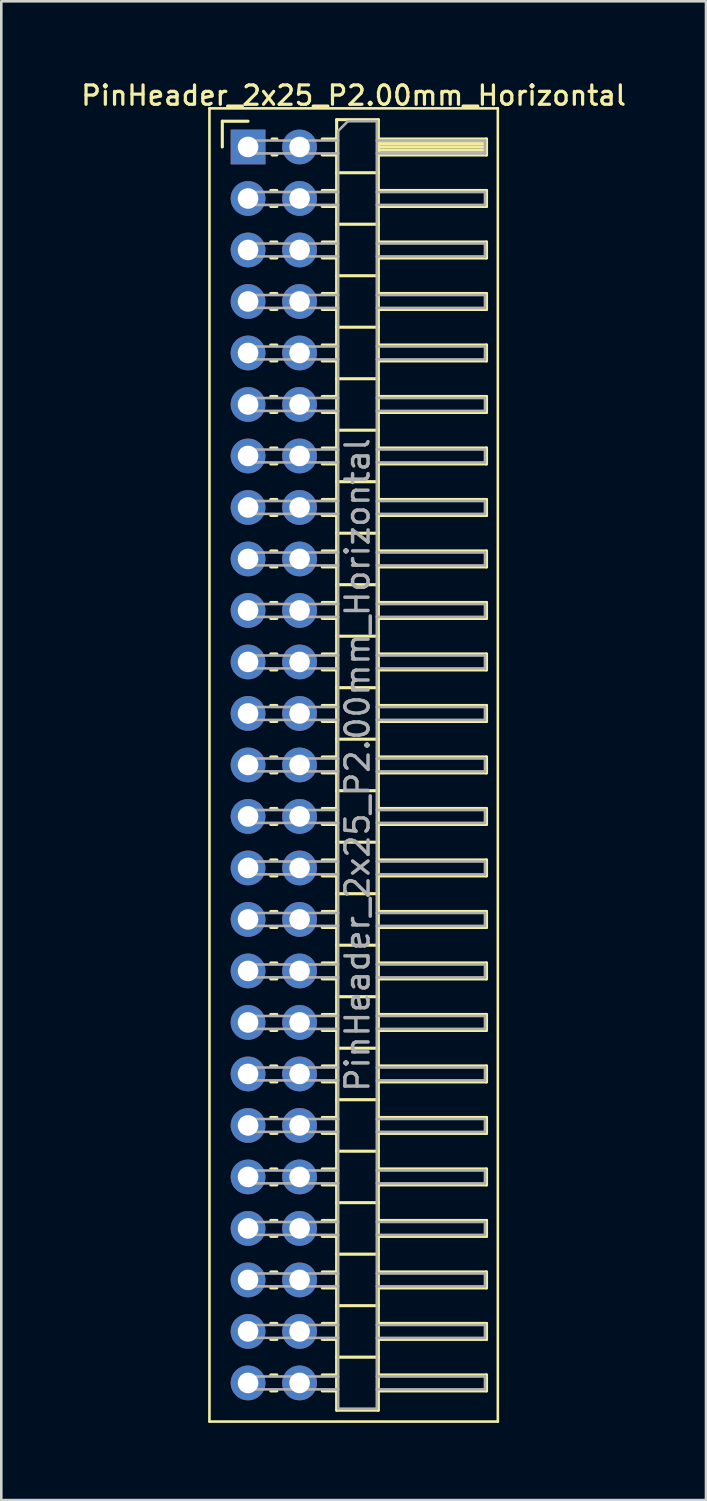
<source format=kicad_pcb>
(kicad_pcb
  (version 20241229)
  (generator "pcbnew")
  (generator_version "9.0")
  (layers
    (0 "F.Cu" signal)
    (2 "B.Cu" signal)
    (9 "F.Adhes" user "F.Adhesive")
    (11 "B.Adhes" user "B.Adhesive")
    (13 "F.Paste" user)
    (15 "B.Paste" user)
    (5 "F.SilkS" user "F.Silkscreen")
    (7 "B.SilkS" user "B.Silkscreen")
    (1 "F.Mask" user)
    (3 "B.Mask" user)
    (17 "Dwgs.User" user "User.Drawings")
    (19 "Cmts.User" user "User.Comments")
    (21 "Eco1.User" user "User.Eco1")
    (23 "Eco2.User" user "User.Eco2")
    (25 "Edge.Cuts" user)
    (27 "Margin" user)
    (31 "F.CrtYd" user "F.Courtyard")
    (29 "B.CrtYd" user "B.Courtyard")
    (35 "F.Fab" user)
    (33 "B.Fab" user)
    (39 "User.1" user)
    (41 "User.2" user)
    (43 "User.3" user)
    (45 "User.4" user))
  (footprint "PinHeader_2x25_P2.00mm_Horizontal"
    (layer "F.Cu")
    (at 6.584 2.658)
    (property "Reference" "PinHeader_2x25_P2.00mm_Horizontal" (at 4.1 -2 0) (layer "F.SilkS") (effects (font (size 0.75 0.75) (thickness 0.125))))
    (attr through_hole)
    (fp_line (start -1.5 -1.5) (end -1.5 49.5) (stroke (width 0.1) (type solid)) (layer "F.SilkS"))
    (fp_line (start -1.5 49.5) (end 9.7 49.5) (stroke (width 0.1) (type solid)) (layer "F.SilkS"))
    (fp_line (start -1 -1) (end 0 -1) (stroke (width 0.12) (type solid)) (layer "F.SilkS"))
    (fp_line (start -1 0) (end -1 -1) (stroke (width 0.12) (type solid)) (layer "F.SilkS"))
    (fp_line (start 0.882 1.69) (end 1.118 1.69) (stroke (width 0.12) (type solid)) (layer "F.SilkS"))
    (fp_line (start 0.882 2.31) (end 1.118 2.31) (stroke (width 0.12) (type solid)) (layer "F.SilkS"))
    (fp_line (start 0.882 3.69) (end 1.118 3.69) (stroke (width 0.12) (type solid)) (layer "F.SilkS"))
    (fp_line (start 0.882 4.31) (end 1.118 4.31) (stroke (width 0.12) (type solid)) (layer "F.SilkS"))
    (fp_line (start 0.882 5.69) (end 1.118 5.69) (stroke (width 0.12) (type solid)) (layer "F.SilkS"))
    (fp_line (start 0.882 6.31) (end 1.118 6.31) (stroke (width 0.12) (type solid)) (layer "F.SilkS"))
    (fp_line (start 0.882 7.69) (end 1.118 7.69) (stroke (width 0.12) (type solid)) (layer "F.SilkS"))
    (fp_line (start 0.882 8.31) (end 1.118 8.31) (stroke (width 0.12) (type solid)) (layer "F.SilkS"))
    (fp_line (start 0.882 9.69) (end 1.118 9.69) (stroke (width 0.12) (type solid)) (layer "F.SilkS"))
    (fp_line (start 0.882 10.31) (end 1.118 10.31) (stroke (width 0.12) (type solid)) (layer "F.SilkS"))
    (fp_line (start 0.882 11.69) (end 1.118 11.69) (stroke (width 0.12) (type solid)) (layer "F.SilkS"))
    (fp_line (start 0.882 12.31) (end 1.118 12.31) (stroke (width 0.12) (type solid)) (layer "F.SilkS"))
    (fp_line (start 0.882 13.69) (end 1.118 13.69) (stroke (width 0.12) (type solid)) (layer "F.SilkS"))
    (fp_line (start 0.882 14.31) (end 1.118 14.31) (stroke (width 0.12) (type solid)) (layer "F.SilkS"))
    (fp_line (start 0.882 15.69) (end 1.118 15.69) (stroke (width 0.12) (type solid)) (layer "F.SilkS"))
    (fp_line (start 0.882 16.31) (end 1.118 16.31) (stroke (width 0.12) (type solid)) (layer "F.SilkS"))
    (fp_line (start 0.882 17.69) (end 1.118 17.69) (stroke (width 0.12) (type solid)) (layer "F.SilkS"))
    (fp_line (start 0.882 18.31) (end 1.118 18.31) (stroke (width 0.12) (type solid)) (layer "F.SilkS"))
    (fp_line (start 0.882 19.69) (end 1.118 19.69) (stroke (width 0.12) (type solid)) (layer "F.SilkS"))
    (fp_line (start 0.882 20.31) (end 1.118 20.31) (stroke (width 0.12) (type solid)) (layer "F.SilkS"))
    (fp_line (start 0.882 21.69) (end 1.118 21.69) (stroke (width 0.12) (type solid)) (layer "F.SilkS"))
    (fp_line (start 0.882 22.31) (end 1.118 22.31) (stroke (width 0.12) (type solid)) (layer "F.SilkS"))
    (fp_line (start 0.882 23.69) (end 1.118 23.69) (stroke (width 0.12) (type solid)) (layer "F.SilkS"))
    (fp_line (start 0.882 24.31) (end 1.118 24.31) (stroke (width 0.12) (type solid)) (layer "F.SilkS"))
    (fp_line (start 0.882 25.69) (end 1.118 25.69) (stroke (width 0.12) (type solid)) (layer "F.SilkS"))
    (fp_line (start 0.882 26.31) (end 1.118 26.31) (stroke (width 0.12) (type solid)) (layer "F.SilkS"))
    (fp_line (start 0.882 27.69) (end 1.118 27.69) (stroke (width 0.12) (type solid)) (layer "F.SilkS"))
    (fp_line (start 0.882 28.31) (end 1.118 28.31) (stroke (width 0.12) (type solid)) (layer "F.SilkS"))
    (fp_line (start 0.882 29.69) (end 1.118 29.69) (stroke (width 0.12) (type solid)) (layer "F.SilkS"))
    (fp_line (start 0.882 30.31) (end 1.118 30.31) (stroke (width 0.12) (type solid)) (layer "F.SilkS"))
    (fp_line (start 0.882 31.69) (end 1.118 31.69) (stroke (width 0.12) (type solid)) (layer "F.SilkS"))
    (fp_line (start 0.882 32.31) (end 1.118 32.31) (stroke (width 0.12) (type solid)) (layer "F.SilkS"))
    (fp_line (start 0.882 33.69) (end 1.118 33.69) (stroke (width 0.12) (type solid)) (layer "F.SilkS"))
    (fp_line (start 0.882 34.31) (end 1.118 34.31) (stroke (width 0.12) (type solid)) (layer "F.SilkS"))
    (fp_line (start 0.882 35.69) (end 1.118 35.69) (stroke (width 0.12) (type solid)) (layer "F.SilkS"))
    (fp_line (start 0.882 36.31) (end 1.118 36.31) (stroke (width 0.12) (type solid)) (layer "F.SilkS"))
    (fp_line (start 0.882 37.69) (end 1.118 37.69) (stroke (width 0.12) (type solid)) (layer "F.SilkS"))
    (fp_line (start 0.882 38.31) (end 1.118 38.31) (stroke (width 0.12) (type solid)) (layer "F.SilkS"))
    (fp_line (start 0.882 39.69) (end 1.118 39.69) (stroke (width 0.12) (type solid)) (layer "F.SilkS"))
    (fp_line (start 0.882 40.31) (end 1.118 40.31) (stroke (width 0.12) (type solid)) (layer "F.SilkS"))
    (fp_line (start 0.882 41.69) (end 1.118 41.69) (stroke (width 0.12) (type solid)) (layer "F.SilkS"))
    (fp_line (start 0.882 42.31) (end 1.118 42.31) (stroke (width 0.12) (type solid)) (layer "F.SilkS"))
    (fp_line (start 0.882 43.69) (end 1.118 43.69) (stroke (width 0.12) (type solid)) (layer "F.SilkS"))
    (fp_line (start 0.882 44.31) (end 1.118 44.31) (stroke (width 0.12) (type solid)) (layer "F.SilkS"))
    (fp_line (start 0.882 45.69) (end 1.118 45.69) (stroke (width 0.12) (type solid)) (layer "F.SilkS"))
    (fp_line (start 0.882 46.31) (end 1.118 46.31) (stroke (width 0.12) (type solid)) (layer "F.SilkS"))
    (fp_line (start 0.882 47.69) (end 1.118 47.69) (stroke (width 0.12) (type solid)) (layer "F.SilkS"))
    (fp_line (start 0.882 48.31) (end 1.118 48.31) (stroke (width 0.12) (type solid)) (layer "F.SilkS"))
    (fp_line (start 0.935 -0.31) (end 1.118 -0.31) (stroke (width 0.12) (type solid)) (layer "F.SilkS"))
    (fp_line (start 0.935 0.31) (end 1.118 0.31) (stroke (width 0.12) (type solid)) (layer "F.SilkS"))
    (fp_line (start 2.882 -0.31) (end 3.44 -0.31) (stroke (width 0.12) (type solid)) (layer "F.SilkS"))
    (fp_line (start 2.882 0.31) (end 3.44 0.31) (stroke (width 0.12) (type solid)) (layer "F.SilkS"))
    (fp_line (start 2.882 1.69) (end 3.44 1.69) (stroke (width 0.12) (type solid)) (layer "F.SilkS"))
    (fp_line (start 2.882 2.31) (end 3.44 2.31) (stroke (width 0.12) (type solid)) (layer "F.SilkS"))
    (fp_line (start 2.882 3.69) (end 3.44 3.69) (stroke (width 0.12) (type solid)) (layer "F.SilkS"))
    (fp_line (start 2.882 4.31) (end 3.44 4.31) (stroke (width 0.12) (type solid)) (layer "F.SilkS"))
    (fp_line (start 2.882 5.69) (end 3.44 5.69) (stroke (width 0.12) (type solid)) (layer "F.SilkS"))
    (fp_line (start 2.882 6.31) (end 3.44 6.31) (stroke (width 0.12) (type solid)) (layer "F.SilkS"))
    (fp_line (start 2.882 7.69) (end 3.44 7.69) (stroke (width 0.12) (type solid)) (layer "F.SilkS"))
    (fp_line (start 2.882 8.31) (end 3.44 8.31) (stroke (width 0.12) (type solid)) (layer "F.SilkS"))
    (fp_line (start 2.882 9.69) (end 3.44 9.69) (stroke (width 0.12) (type solid)) (layer "F.SilkS"))
    (fp_line (start 2.882 10.31) (end 3.44 10.31) (stroke (width 0.12) (type solid)) (layer "F.SilkS"))
    (fp_line (start 2.882 11.69) (end 3.44 11.69) (stroke (width 0.12) (type solid)) (layer "F.SilkS"))
    (fp_line (start 2.882 12.31) (end 3.44 12.31) (stroke (width 0.12) (type solid)) (layer "F.SilkS"))
    (fp_line (start 2.882 13.69) (end 3.44 13.69) (stroke (width 0.12) (type solid)) (layer "F.SilkS"))
    (fp_line (start 2.882 14.31) (end 3.44 14.31) (stroke (width 0.12) (type solid)) (layer "F.SilkS"))
    (fp_line (start 2.882 15.69) (end 3.44 15.69) (stroke (width 0.12) (type solid)) (layer "F.SilkS"))
    (fp_line (start 2.882 16.31) (end 3.44 16.31) (stroke (width 0.12) (type solid)) (layer "F.SilkS"))
    (fp_line (start 2.882 17.69) (end 3.44 17.69) (stroke (width 0.12) (type solid)) (layer "F.SilkS"))
    (fp_line (start 2.882 18.31) (end 3.44 18.31) (stroke (width 0.12) (type solid)) (layer "F.SilkS"))
    (fp_line (start 2.882 19.69) (end 3.44 19.69) (stroke (width 0.12) (type solid)) (layer "F.SilkS"))
    (fp_line (start 2.882 20.31) (end 3.44 20.31) (stroke (width 0.12) (type solid)) (layer "F.SilkS"))
    (fp_line (start 2.882 21.69) (end 3.44 21.69) (stroke (width 0.12) (type solid)) (layer "F.SilkS"))
    (fp_line (start 2.882 22.31) (end 3.44 22.31) (stroke (width 0.12) (type solid)) (layer "F.SilkS"))
    (fp_line (start 2.882 23.69) (end 3.44 23.69) (stroke (width 0.12) (type solid)) (layer "F.SilkS"))
    (fp_line (start 2.882 24.31) (end 3.44 24.31) (stroke (width 0.12) (type solid)) (layer "F.SilkS"))
    (fp_line (start 2.882 25.69) (end 3.44 25.69) (stroke (width 0.12) (type solid)) (layer "F.SilkS"))
    (fp_line (start 2.882 26.31) (end 3.44 26.31) (stroke (width 0.12) (type solid)) (layer "F.SilkS"))
    (fp_line (start 2.882 27.69) (end 3.44 27.69) (stroke (width 0.12) (type solid)) (layer "F.SilkS"))
    (fp_line (start 2.882 28.31) (end 3.44 28.31) (stroke (width 0.12) (type solid)) (layer "F.SilkS"))
    (fp_line (start 2.882 29.69) (end 3.44 29.69) (stroke (width 0.12) (type solid)) (layer "F.SilkS"))
    (fp_line (start 2.882 30.31) (end 3.44 30.31) (stroke (width 0.12) (type solid)) (layer "F.SilkS"))
    (fp_line (start 2.882 31.69) (end 3.44 31.69) (stroke (width 0.12) (type solid)) (layer "F.SilkS"))
    (fp_line (start 2.882 32.31) (end 3.44 32.31) (stroke (width 0.12) (type solid)) (layer "F.SilkS"))
    (fp_line (start 2.882 33.69) (end 3.44 33.69) (stroke (width 0.12) (type solid)) (layer "F.SilkS"))
    (fp_line (start 2.882 34.31) (end 3.44 34.31) (stroke (width 0.12) (type solid)) (layer "F.SilkS"))
    (fp_line (start 2.882 35.69) (end 3.44 35.69) (stroke (width 0.12) (type solid)) (layer "F.SilkS"))
    (fp_line (start 2.882 36.31) (end 3.44 36.31) (stroke (width 0.12) (type solid)) (layer "F.SilkS"))
    (fp_line (start 2.882 37.69) (end 3.44 37.69) (stroke (width 0.12) (type solid)) (layer "F.SilkS"))
    (fp_line (start 2.882 38.31) (end 3.44 38.31) (stroke (width 0.12) (type solid)) (layer "F.SilkS"))
    (fp_line (start 2.882 39.69) (end 3.44 39.69) (stroke (width 0.12) (type solid)) (layer "F.SilkS"))
    (fp_line (start 2.882 40.31) (end 3.44 40.31) (stroke (width 0.12) (type solid)) (layer "F.SilkS"))
    (fp_line (start 2.882 41.69) (end 3.44 41.69) (stroke (width 0.12) (type solid)) (layer "F.SilkS"))
    (fp_line (start 2.882 42.31) (end 3.44 42.31) (stroke (width 0.12) (type solid)) (layer "F.SilkS"))
    (fp_line (start 2.882 43.69) (end 3.44 43.69) (stroke (width 0.12) (type solid)) (layer "F.SilkS"))
    (fp_line (start 2.882 44.31) (end 3.44 44.31) (stroke (width 0.12) (type solid)) (layer "F.SilkS"))
    (fp_line (start 2.882 45.69) (end 3.44 45.69) (stroke (width 0.12) (type solid)) (layer "F.SilkS"))
    (fp_line (start 2.882 46.31) (end 3.44 46.31) (stroke (width 0.12) (type solid)) (layer "F.SilkS"))
    (fp_line (start 2.882 47.69) (end 3.44 47.69) (stroke (width 0.12) (type solid)) (layer "F.SilkS"))
    (fp_line (start 2.882 48.31) (end 3.44 48.31) (stroke (width 0.12) (type solid)) (layer "F.SilkS"))
    (fp_line (start 3.44 -1.06) (end 3.44 49.06) (stroke (width 0.12) (type solid)) (layer "F.SilkS"))
    (fp_line (start 3.44 1) (end 5.06 1) (stroke (width 0.12) (type solid)) (layer "F.SilkS"))
    (fp_line (start 3.44 3) (end 5.06 3) (stroke (width 0.12) (type solid)) (layer "F.SilkS"))
    (fp_line (start 3.44 5) (end 5.06 5) (stroke (width 0.12) (type solid)) (layer "F.SilkS"))
    (fp_line (start 3.44 7) (end 5.06 7) (stroke (width 0.12) (type solid)) (layer "F.SilkS"))
    (fp_line (start 3.44 9) (end 5.06 9) (stroke (width 0.12) (type solid)) (layer "F.SilkS"))
    (fp_line (start 3.44 11) (end 5.06 11) (stroke (width 0.12) (type solid)) (layer "F.SilkS"))
    (fp_line (start 3.44 13) (end 5.06 13) (stroke (width 0.12) (type solid)) (layer "F.SilkS"))
    (fp_line (start 3.44 15) (end 5.06 15) (stroke (width 0.12) (type solid)) (layer "F.SilkS"))
    (fp_line (start 3.44 17) (end 5.06 17) (stroke (width 0.12) (type solid)) (layer "F.SilkS"))
    (fp_line (start 3.44 19) (end 5.06 19) (stroke (width 0.12) (type solid)) (layer "F.SilkS"))
    (fp_line (start 3.44 21) (end 5.06 21) (stroke (width 0.12) (type solid)) (layer "F.SilkS"))
    (fp_line (start 3.44 23) (end 5.06 23) (stroke (width 0.12) (type solid)) (layer "F.SilkS"))
    (fp_line (start 3.44 25) (end 5.06 25) (stroke (width 0.12) (type solid)) (layer "F.SilkS"))
    (fp_line (start 3.44 27) (end 5.06 27) (stroke (width 0.12) (type solid)) (layer "F.SilkS"))
    (fp_line (start 3.44 29) (end 5.06 29) (stroke (width 0.12) (type solid)) (layer "F.SilkS"))
    (fp_line (start 3.44 31) (end 5.06 31) (stroke (width 0.12) (type solid)) (layer "F.SilkS"))
    (fp_line (start 3.44 33) (end 5.06 33) (stroke (width 0.12) (type solid)) (layer "F.SilkS"))
    (fp_line (start 3.44 35) (end 5.06 35) (stroke (width 0.12) (type solid)) (layer "F.SilkS"))
    (fp_line (start 3.44 37) (end 5.06 37) (stroke (width 0.12) (type solid)) (layer "F.SilkS"))
    (fp_line (start 3.44 39) (end 5.06 39) (stroke (width 0.12) (type solid)) (layer "F.SilkS"))
    (fp_line (start 3.44 41) (end 5.06 41) (stroke (width 0.12) (type solid)) (layer "F.SilkS"))
    (fp_line (start 3.44 43) (end 5.06 43) (stroke (width 0.12) (type solid)) (layer "F.SilkS"))
    (fp_line (start 3.44 45) (end 5.06 45) (stroke (width 0.12) (type solid)) (layer "F.SilkS"))
    (fp_line (start 3.44 47) (end 5.06 47) (stroke (width 0.12) (type solid)) (layer "F.SilkS"))
    (fp_line (start 3.44 49.06) (end 5.06 49.06) (stroke (width 0.12) (type solid)) (layer "F.SilkS"))
    (fp_line (start 5.06 -1.06) (end 3.44 -1.06) (stroke (width 0.12) (type solid)) (layer "F.SilkS"))
    (fp_line (start 5.06 -0.31) (end 9.26 -0.31) (stroke (width 0.12) (type solid)) (layer "F.SilkS"))
    (fp_line (start 5.06 -0.25) (end 9.26 -0.25) (stroke (width 0.12) (type solid)) (layer "F.SilkS"))
    (fp_line (start 5.06 -0.13) (end 9.26 -0.13) (stroke (width 0.12) (type solid)) (layer "F.SilkS"))
    (fp_line (start 5.06 -0.01) (end 9.26 -0.01) (stroke (width 0.12) (type solid)) (layer "F.SilkS"))
    (fp_line (start 5.06 0.11) (end 9.26 0.11) (stroke (width 0.12) (type solid)) (layer "F.SilkS"))
    (fp_line (start 5.06 0.23) (end 9.26 0.23) (stroke (width 0.12) (type solid)) (layer "F.SilkS"))
    (fp_line (start 5.06 1.69) (end 9.26 1.69) (stroke (width 0.12) (type solid)) (layer "F.SilkS"))
    (fp_line (start 5.06 3.69) (end 9.26 3.69) (stroke (width 0.12) (type solid)) (layer "F.SilkS"))
    (fp_line (start 5.06 5.69) (end 9.26 5.69) (stroke (width 0.12) (type solid)) (layer "F.SilkS"))
    (fp_line (start 5.06 7.69) (end 9.26 7.69) (stroke (width 0.12) (type solid)) (layer "F.SilkS"))
    (fp_line (start 5.06 9.69) (end 9.26 9.69) (stroke (width 0.12) (type solid)) (layer "F.SilkS"))
    (fp_line (start 5.06 11.69) (end 9.26 11.69) (stroke (width 0.12) (type solid)) (layer "F.SilkS"))
    (fp_line (start 5.06 13.69) (end 9.26 13.69) (stroke (width 0.12) (type solid)) (layer "F.SilkS"))
    (fp_line (start 5.06 15.69) (end 9.26 15.69) (stroke (width 0.12) (type solid)) (layer "F.SilkS"))
    (fp_line (start 5.06 17.69) (end 9.26 17.69) (stroke (width 0.12) (type solid)) (layer "F.SilkS"))
    (fp_line (start 5.06 19.69) (end 9.26 19.69) (stroke (width 0.12) (type solid)) (layer "F.SilkS"))
    (fp_line (start 5.06 21.69) (end 9.26 21.69) (stroke (width 0.12) (type solid)) (layer "F.SilkS"))
    (fp_line (start 5.06 23.69) (end 9.26 23.69) (stroke (width 0.12) (type solid)) (layer "F.SilkS"))
    (fp_line (start 5.06 25.69) (end 9.26 25.69) (stroke (width 0.12) (type solid)) (layer "F.SilkS"))
    (fp_line (start 5.06 27.69) (end 9.26 27.69) (stroke (width 0.12) (type solid)) (layer "F.SilkS"))
    (fp_line (start 5.06 29.69) (end 9.26 29.69) (stroke (width 0.12) (type solid)) (layer "F.SilkS"))
    (fp_line (start 5.06 31.69) (end 9.26 31.69) (stroke (width 0.12) (type solid)) (layer "F.SilkS"))
    (fp_line (start 5.06 33.69) (end 9.26 33.69) (stroke (width 0.12) (type solid)) (layer "F.SilkS"))
    (fp_line (start 5.06 35.69) (end 9.26 35.69) (stroke (width 0.12) (type solid)) (layer "F.SilkS"))
    (fp_line (start 5.06 37.69) (end 9.26 37.69) (stroke (width 0.12) (type solid)) (layer "F.SilkS"))
    (fp_line (start 5.06 39.69) (end 9.26 39.69) (stroke (width 0.12) (type solid)) (layer "F.SilkS"))
    (fp_line (start 5.06 41.69) (end 9.26 41.69) (stroke (width 0.12) (type solid)) (layer "F.SilkS"))
    (fp_line (start 5.06 43.69) (end 9.26 43.69) (stroke (width 0.12) (type solid)) (layer "F.SilkS"))
    (fp_line (start 5.06 45.69) (end 9.26 45.69) (stroke (width 0.12) (type solid)) (layer "F.SilkS"))
    (fp_line (start 5.06 47.69) (end 9.26 47.69) (stroke (width 0.12) (type solid)) (layer "F.SilkS"))
    (fp_line (start 5.06 49.06) (end 5.06 -1.06) (stroke (width 0.12) (type solid)) (layer "F.SilkS"))
    (fp_line (start 9.26 -0.31) (end 9.26 0.31) (stroke (width 0.12) (type solid)) (layer "F.SilkS"))
    (fp_line (start 9.26 0.31) (end 5.06 0.31) (stroke (width 0.12) (type solid)) (layer "F.SilkS"))
    (fp_line (start 9.26 1.69) (end 9.26 2.31) (stroke (width 0.12) (type solid)) (layer "F.SilkS"))
    (fp_line (start 9.26 2.31) (end 5.06 2.31) (stroke (width 0.12) (type solid)) (layer "F.SilkS"))
    (fp_line (start 9.26 3.69) (end 9.26 4.31) (stroke (width 0.12) (type solid)) (layer "F.SilkS"))
    (fp_line (start 9.26 4.31) (end 5.06 4.31) (stroke (width 0.12) (type solid)) (layer "F.SilkS"))
    (fp_line (start 9.26 5.69) (end 9.26 6.31) (stroke (width 0.12) (type solid)) (layer "F.SilkS"))
    (fp_line (start 9.26 6.31) (end 5.06 6.31) (stroke (width 0.12) (type solid)) (layer "F.SilkS"))
    (fp_line (start 9.26 7.69) (end 9.26 8.31) (stroke (width 0.12) (type solid)) (layer "F.SilkS"))
    (fp_line (start 9.26 8.31) (end 5.06 8.31) (stroke (width 0.12) (type solid)) (layer "F.SilkS"))
    (fp_line (start 9.26 9.69) (end 9.26 10.31) (stroke (width 0.12) (type solid)) (layer "F.SilkS"))
    (fp_line (start 9.26 10.31) (end 5.06 10.31) (stroke (width 0.12) (type solid)) (layer "F.SilkS"))
    (fp_line (start 9.26 11.69) (end 9.26 12.31) (stroke (width 0.12) (type solid)) (layer "F.SilkS"))
    (fp_line (start 9.26 12.31) (end 5.06 12.31) (stroke (width 0.12) (type solid)) (layer "F.SilkS"))
    (fp_line (start 9.26 13.69) (end 9.26 14.31) (stroke (width 0.12) (type solid)) (layer "F.SilkS"))
    (fp_line (start 9.26 14.31) (end 5.06 14.31) (stroke (width 0.12) (type solid)) (layer "F.SilkS"))
    (fp_line (start 9.26 15.69) (end 9.26 16.31) (stroke (width 0.12) (type solid)) (layer "F.SilkS"))
    (fp_line (start 9.26 16.31) (end 5.06 16.31) (stroke (width 0.12) (type solid)) (layer "F.SilkS"))
    (fp_line (start 9.26 17.69) (end 9.26 18.31) (stroke (width 0.12) (type solid)) (layer "F.SilkS"))
    (fp_line (start 9.26 18.31) (end 5.06 18.31) (stroke (width 0.12) (type solid)) (layer "F.SilkS"))
    (fp_line (start 9.26 19.69) (end 9.26 20.31) (stroke (width 0.12) (type solid)) (layer "F.SilkS"))
    (fp_line (start 9.26 20.31) (end 5.06 20.31) (stroke (width 0.12) (type solid)) (layer "F.SilkS"))
    (fp_line (start 9.26 21.69) (end 9.26 22.31) (stroke (width 0.12) (type solid)) (layer "F.SilkS"))
    (fp_line (start 9.26 22.31) (end 5.06 22.31) (stroke (width 0.12) (type solid)) (layer "F.SilkS"))
    (fp_line (start 9.26 23.69) (end 9.26 24.31) (stroke (width 0.12) (type solid)) (layer "F.SilkS"))
    (fp_line (start 9.26 24.31) (end 5.06 24.31) (stroke (width 0.12) (type solid)) (layer "F.SilkS"))
    (fp_line (start 9.26 25.69) (end 9.26 26.31) (stroke (width 0.12) (type solid)) (layer "F.SilkS"))
    (fp_line (start 9.26 26.31) (end 5.06 26.31) (stroke (width 0.12) (type solid)) (layer "F.SilkS"))
    (fp_line (start 9.26 27.69) (end 9.26 28.31) (stroke (width 0.12) (type solid)) (layer "F.SilkS"))
    (fp_line (start 9.26 28.31) (end 5.06 28.31) (stroke (width 0.12) (type solid)) (layer "F.SilkS"))
    (fp_line (start 9.26 29.69) (end 9.26 30.31) (stroke (width 0.12) (type solid)) (layer "F.SilkS"))
    (fp_line (start 9.26 30.31) (end 5.06 30.31) (stroke (width 0.12) (type solid)) (layer "F.SilkS"))
    (fp_line (start 9.26 31.69) (end 9.26 32.31) (stroke (width 0.12) (type solid)) (layer "F.SilkS"))
    (fp_line (start 9.26 32.31) (end 5.06 32.31) (stroke (width 0.12) (type solid)) (layer "F.SilkS"))
    (fp_line (start 9.26 33.69) (end 9.26 34.31) (stroke (width 0.12) (type solid)) (layer "F.SilkS"))
    (fp_line (start 9.26 34.31) (end 5.06 34.31) (stroke (width 0.12) (type solid)) (layer "F.SilkS"))
    (fp_line (start 9.26 35.69) (end 9.26 36.31) (stroke (width 0.12) (type solid)) (layer "F.SilkS"))
    (fp_line (start 9.26 36.31) (end 5.06 36.31) (stroke (width 0.12) (type solid)) (layer "F.SilkS"))
    (fp_line (start 9.26 37.69) (end 9.26 38.31) (stroke (width 0.12) (type solid)) (layer "F.SilkS"))
    (fp_line (start 9.26 38.31) (end 5.06 38.31) (stroke (width 0.12) (type solid)) (layer "F.SilkS"))
    (fp_line (start 9.26 39.69) (end 9.26 40.31) (stroke (width 0.12) (type solid)) (layer "F.SilkS"))
    (fp_line (start 9.26 40.31) (end 5.06 40.31) (stroke (width 0.12) (type solid)) (layer "F.SilkS"))
    (fp_line (start 9.26 41.69) (end 9.26 42.31) (stroke (width 0.12) (type solid)) (layer "F.SilkS"))
    (fp_line (start 9.26 42.31) (end 5.06 42.31) (stroke (width 0.12) (type solid)) (layer "F.SilkS"))
    (fp_line (start 9.26 43.69) (end 9.26 44.31) (stroke (width 0.12) (type solid)) (layer "F.SilkS"))
    (fp_line (start 9.26 44.31) (end 5.06 44.31) (stroke (width 0.12) (type solid)) (layer "F.SilkS"))
    (fp_line (start 9.26 45.69) (end 9.26 46.31) (stroke (width 0.12) (type solid)) (layer "F.SilkS"))
    (fp_line (start 9.26 46.31) (end 5.06 46.31) (stroke (width 0.12) (type solid)) (layer "F.SilkS"))
    (fp_line (start 9.26 47.69) (end 9.26 48.31) (stroke (width 0.12) (type solid)) (layer "F.SilkS"))
    (fp_line (start 9.26 48.31) (end 5.06 48.31) (stroke (width 0.12) (type solid)) (layer "F.SilkS"))
    (fp_line (start 9.7 -1.5) (end -1.5 -1.5) (stroke (width 0.1) (type solid)) (layer "F.SilkS"))
    (fp_line (start 9.7 49.5) (end 9.7 -1.5) (stroke (width 0.1) (type solid)) (layer "F.SilkS"))
    (fp_line (start -0.25 -0.25) (end -0.25 0.25) (stroke (width 0.1) (type solid)) (layer "F.Fab"))
    (fp_line (start -0.25 -0.25) (end 3.5 -0.25) (stroke (width 0.1) (type solid)) (layer "F.Fab"))
    (fp_line (start -0.25 0.25) (end 3.5 0.25) (stroke (width 0.1) (type solid)) (layer "F.Fab"))
    (fp_line (start -0.25 1.75) (end -0.25 2.25) (stroke (width 0.1) (type solid)) (layer "F.Fab"))
    (fp_line (start -0.25 1.75) (end 3.5 1.75) (stroke (width 0.1) (type solid)) (layer "F.Fab"))
    (fp_line (start -0.25 2.25) (end 3.5 2.25) (stroke (width 0.1) (type solid)) (layer "F.Fab"))
    (fp_line (start -0.25 3.75) (end -0.25 4.25) (stroke (width 0.1) (type solid)) (layer "F.Fab"))
    (fp_line (start -0.25 3.75) (end 3.5 3.75) (stroke (width 0.1) (type solid)) (layer "F.Fab"))
    (fp_line (start -0.25 4.25) (end 3.5 4.25) (stroke (width 0.1) (type solid)) (layer "F.Fab"))
    (fp_line (start -0.25 5.75) (end -0.25 6.25) (stroke (width 0.1) (type solid)) (layer "F.Fab"))
    (fp_line (start -0.25 5.75) (end 3.5 5.75) (stroke (width 0.1) (type solid)) (layer "F.Fab"))
    (fp_line (start -0.25 6.25) (end 3.5 6.25) (stroke (width 0.1) (type solid)) (layer "F.Fab"))
    (fp_line (start -0.25 7.75) (end -0.25 8.25) (stroke (width 0.1) (type solid)) (layer "F.Fab"))
    (fp_line (start -0.25 7.75) (end 3.5 7.75) (stroke (width 0.1) (type solid)) (layer "F.Fab"))
    (fp_line (start -0.25 8.25) (end 3.5 8.25) (stroke (width 0.1) (type solid)) (layer "F.Fab"))
    (fp_line (start -0.25 9.75) (end -0.25 10.25) (stroke (width 0.1) (type solid)) (layer "F.Fab"))
    (fp_line (start -0.25 9.75) (end 3.5 9.75) (stroke (width 0.1) (type solid)) (layer "F.Fab"))
    (fp_line (start -0.25 10.25) (end 3.5 10.25) (stroke (width 0.1) (type solid)) (layer "F.Fab"))
    (fp_line (start -0.25 11.75) (end -0.25 12.25) (stroke (width 0.1) (type solid)) (layer "F.Fab"))
    (fp_line (start -0.25 11.75) (end 3.5 11.75) (stroke (width 0.1) (type solid)) (layer "F.Fab"))
    (fp_line (start -0.25 12.25) (end 3.5 12.25) (stroke (width 0.1) (type solid)) (layer "F.Fab"))
    (fp_line (start -0.25 13.75) (end -0.25 14.25) (stroke (width 0.1) (type solid)) (layer "F.Fab"))
    (fp_line (start -0.25 13.75) (end 3.5 13.75) (stroke (width 0.1) (type solid)) (layer "F.Fab"))
    (fp_line (start -0.25 14.25) (end 3.5 14.25) (stroke (width 0.1) (type solid)) (layer "F.Fab"))
    (fp_line (start -0.25 15.75) (end -0.25 16.25) (stroke (width 0.1) (type solid)) (layer "F.Fab"))
    (fp_line (start -0.25 15.75) (end 3.5 15.75) (stroke (width 0.1) (type solid)) (layer "F.Fab"))
    (fp_line (start -0.25 16.25) (end 3.5 16.25) (stroke (width 0.1) (type solid)) (layer "F.Fab"))
    (fp_line (start -0.25 17.75) (end -0.25 18.25) (stroke (width 0.1) (type solid)) (layer "F.Fab"))
    (fp_line (start -0.25 17.75) (end 3.5 17.75) (stroke (width 0.1) (type solid)) (layer "F.Fab"))
    (fp_line (start -0.25 18.25) (end 3.5 18.25) (stroke (width 0.1) (type solid)) (layer "F.Fab"))
    (fp_line (start -0.25 19.75) (end -0.25 20.25) (stroke (width 0.1) (type solid)) (layer "F.Fab"))
    (fp_line (start -0.25 19.75) (end 3.5 19.75) (stroke (width 0.1) (type solid)) (layer "F.Fab"))
    (fp_line (start -0.25 20.25) (end 3.5 20.25) (stroke (width 0.1) (type solid)) (layer "F.Fab"))
    (fp_line (start -0.25 21.75) (end -0.25 22.25) (stroke (width 0.1) (type solid)) (layer "F.Fab"))
    (fp_line (start -0.25 21.75) (end 3.5 21.75) (stroke (width 0.1) (type solid)) (layer "F.Fab"))
    (fp_line (start -0.25 22.25) (end 3.5 22.25) (stroke (width 0.1) (type solid)) (layer "F.Fab"))
    (fp_line (start -0.25 23.75) (end -0.25 24.25) (stroke (width 0.1) (type solid)) (layer "F.Fab"))
    (fp_line (start -0.25 23.75) (end 3.5 23.75) (stroke (width 0.1) (type solid)) (layer "F.Fab"))
    (fp_line (start -0.25 24.25) (end 3.5 24.25) (stroke (width 0.1) (type solid)) (layer "F.Fab"))
    (fp_line (start -0.25 25.75) (end -0.25 26.25) (stroke (width 0.1) (type solid)) (layer "F.Fab"))
    (fp_line (start -0.25 25.75) (end 3.5 25.75) (stroke (width 0.1) (type solid)) (layer "F.Fab"))
    (fp_line (start -0.25 26.25) (end 3.5 26.25) (stroke (width 0.1) (type solid)) (layer "F.Fab"))
    (fp_line (start -0.25 27.75) (end -0.25 28.25) (stroke (width 0.1) (type solid)) (layer "F.Fab"))
    (fp_line (start -0.25 27.75) (end 3.5 27.75) (stroke (width 0.1) (type solid)) (layer "F.Fab"))
    (fp_line (start -0.25 28.25) (end 3.5 28.25) (stroke (width 0.1) (type solid)) (layer "F.Fab"))
    (fp_line (start -0.25 29.75) (end -0.25 30.25) (stroke (width 0.1) (type solid)) (layer "F.Fab"))
    (fp_line (start -0.25 29.75) (end 3.5 29.75) (stroke (width 0.1) (type solid)) (layer "F.Fab"))
    (fp_line (start -0.25 30.25) (end 3.5 30.25) (stroke (width 0.1) (type solid)) (layer "F.Fab"))
    (fp_line (start -0.25 31.75) (end -0.25 32.25) (stroke (width 0.1) (type solid)) (layer "F.Fab"))
    (fp_line (start -0.25 31.75) (end 3.5 31.75) (stroke (width 0.1) (type solid)) (layer "F.Fab"))
    (fp_line (start -0.25 32.25) (end 3.5 32.25) (stroke (width 0.1) (type solid)) (layer "F.Fab"))
    (fp_line (start -0.25 33.75) (end -0.25 34.25) (stroke (width 0.1) (type solid)) (layer "F.Fab"))
    (fp_line (start -0.25 33.75) (end 3.5 33.75) (stroke (width 0.1) (type solid)) (layer "F.Fab"))
    (fp_line (start -0.25 34.25) (end 3.5 34.25) (stroke (width 0.1) (type solid)) (layer "F.Fab"))
    (fp_line (start -0.25 35.75) (end -0.25 36.25) (stroke (width 0.1) (type solid)) (layer "F.Fab"))
    (fp_line (start -0.25 35.75) (end 3.5 35.75) (stroke (width 0.1) (type solid)) (layer "F.Fab"))
    (fp_line (start -0.25 36.25) (end 3.5 36.25) (stroke (width 0.1) (type solid)) (layer "F.Fab"))
    (fp_line (start -0.25 37.75) (end -0.25 38.25) (stroke (width 0.1) (type solid)) (layer "F.Fab"))
    (fp_line (start -0.25 37.75) (end 3.5 37.75) (stroke (width 0.1) (type solid)) (layer "F.Fab"))
    (fp_line (start -0.25 38.25) (end 3.5 38.25) (stroke (width 0.1) (type solid)) (layer "F.Fab"))
    (fp_line (start -0.25 39.75) (end -0.25 40.25) (stroke (width 0.1) (type solid)) (layer "F.Fab"))
    (fp_line (start -0.25 39.75) (end 3.5 39.75) (stroke (width 0.1) (type solid)) (layer "F.Fab"))
    (fp_line (start -0.25 40.25) (end 3.5 40.25) (stroke (width 0.1) (type solid)) (layer "F.Fab"))
    (fp_line (start -0.25 41.75) (end -0.25 42.25) (stroke (width 0.1) (type solid)) (layer "F.Fab"))
    (fp_line (start -0.25 41.75) (end 3.5 41.75) (stroke (width 0.1) (type solid)) (layer "F.Fab"))
    (fp_line (start -0.25 42.25) (end 3.5 42.25) (stroke (width 0.1) (type solid)) (layer "F.Fab"))
    (fp_line (start -0.25 43.75) (end -0.25 44.25) (stroke (width 0.1) (type solid)) (layer "F.Fab"))
    (fp_line (start -0.25 43.75) (end 3.5 43.75) (stroke (width 0.1) (type solid)) (layer "F.Fab"))
    (fp_line (start -0.25 44.25) (end 3.5 44.25) (stroke (width 0.1) (type solid)) (layer "F.Fab"))
    (fp_line (start -0.25 45.75) (end -0.25 46.25) (stroke (width 0.1) (type solid)) (layer "F.Fab"))
    (fp_line (start -0.25 45.75) (end 3.5 45.75) (stroke (width 0.1) (type solid)) (layer "F.Fab"))
    (fp_line (start -0.25 46.25) (end 3.5 46.25) (stroke (width 0.1) (type solid)) (layer "F.Fab"))
    (fp_line (start -0.25 47.75) (end -0.25 48.25) (stroke (width 0.1) (type solid)) (layer "F.Fab"))
    (fp_line (start -0.25 47.75) (end 3.5 47.75) (stroke (width 0.1) (type solid)) (layer "F.Fab"))
    (fp_line (start -0.25 48.25) (end 3.5 48.25) (stroke (width 0.1) (type solid)) (layer "F.Fab"))
    (fp_line (start 3.5 -0.625) (end 3.875 -1) (stroke (width 0.1) (type solid)) (layer "F.Fab"))
    (fp_line (start 3.5 49) (end 3.5 -0.625) (stroke (width 0.1) (type solid)) (layer "F.Fab"))
    (fp_line (start 3.875 -1) (end 5 -1) (stroke (width 0.1) (type solid)) (layer "F.Fab"))
    (fp_line (start 5 -1) (end 5 49) (stroke (width 0.1) (type solid)) (layer "F.Fab"))
    (fp_line (start 5 -0.25) (end 9.2 -0.25) (stroke (width 0.1) (type solid)) (layer "F.Fab"))
    (fp_line (start 5 0.25) (end 9.2 0.25) (stroke (width 0.1) (type solid)) (layer "F.Fab"))
    (fp_line (start 5 1.75) (end 9.2 1.75) (stroke (width 0.1) (type solid)) (layer "F.Fab"))
    (fp_line (start 5 2.25) (end 9.2 2.25) (stroke (width 0.1) (type solid)) (layer "F.Fab"))
    (fp_line (start 5 3.75) (end 9.2 3.75) (stroke (width 0.1) (type solid)) (layer "F.Fab"))
    (fp_line (start 5 4.25) (end 9.2 4.25) (stroke (width 0.1) (type solid)) (layer "F.Fab"))
    (fp_line (start 5 5.75) (end 9.2 5.75) (stroke (width 0.1) (type solid)) (layer "F.Fab"))
    (fp_line (start 5 6.25) (end 9.2 6.25) (stroke (width 0.1) (type solid)) (layer "F.Fab"))
    (fp_line (start 5 7.75) (end 9.2 7.75) (stroke (width 0.1) (type solid)) (layer "F.Fab"))
    (fp_line (start 5 8.25) (end 9.2 8.25) (stroke (width 0.1) (type solid)) (layer "F.Fab"))
    (fp_line (start 5 9.75) (end 9.2 9.75) (stroke (width 0.1) (type solid)) (layer "F.Fab"))
    (fp_line (start 5 10.25) (end 9.2 10.25) (stroke (width 0.1) (type solid)) (layer "F.Fab"))
    (fp_line (start 5 11.75) (end 9.2 11.75) (stroke (width 0.1) (type solid)) (layer "F.Fab"))
    (fp_line (start 5 12.25) (end 9.2 12.25) (stroke (width 0.1) (type solid)) (layer "F.Fab"))
    (fp_line (start 5 13.75) (end 9.2 13.75) (stroke (width 0.1) (type solid)) (layer "F.Fab"))
    (fp_line (start 5 14.25) (end 9.2 14.25) (stroke (width 0.1) (type solid)) (layer "F.Fab"))
    (fp_line (start 5 15.75) (end 9.2 15.75) (stroke (width 0.1) (type solid)) (layer "F.Fab"))
    (fp_line (start 5 16.25) (end 9.2 16.25) (stroke (width 0.1) (type solid)) (layer "F.Fab"))
    (fp_line (start 5 17.75) (end 9.2 17.75) (stroke (width 0.1) (type solid)) (layer "F.Fab"))
    (fp_line (start 5 18.25) (end 9.2 18.25) (stroke (width 0.1) (type solid)) (layer "F.Fab"))
    (fp_line (start 5 19.75) (end 9.2 19.75) (stroke (width 0.1) (type solid)) (layer "F.Fab"))
    (fp_line (start 5 20.25) (end 9.2 20.25) (stroke (width 0.1) (type solid)) (layer "F.Fab"))
    (fp_line (start 5 21.75) (end 9.2 21.75) (stroke (width 0.1) (type solid)) (layer "F.Fab"))
    (fp_line (start 5 22.25) (end 9.2 22.25) (stroke (width 0.1) (type solid)) (layer "F.Fab"))
    (fp_line (start 5 23.75) (end 9.2 23.75) (stroke (width 0.1) (type solid)) (layer "F.Fab"))
    (fp_line (start 5 24.25) (end 9.2 24.25) (stroke (width 0.1) (type solid)) (layer "F.Fab"))
    (fp_line (start 5 25.75) (end 9.2 25.75) (stroke (width 0.1) (type solid)) (layer "F.Fab"))
    (fp_line (start 5 26.25) (end 9.2 26.25) (stroke (width 0.1) (type solid)) (layer "F.Fab"))
    (fp_line (start 5 27.75) (end 9.2 27.75) (stroke (width 0.1) (type solid)) (layer "F.Fab"))
    (fp_line (start 5 28.25) (end 9.2 28.25) (stroke (width 0.1) (type solid)) (layer "F.Fab"))
    (fp_line (start 5 29.75) (end 9.2 29.75) (stroke (width 0.1) (type solid)) (layer "F.Fab"))
    (fp_line (start 5 30.25) (end 9.2 30.25) (stroke (width 0.1) (type solid)) (layer "F.Fab"))
    (fp_line (start 5 31.75) (end 9.2 31.75) (stroke (width 0.1) (type solid)) (layer "F.Fab"))
    (fp_line (start 5 32.25) (end 9.2 32.25) (stroke (width 0.1) (type solid)) (layer "F.Fab"))
    (fp_line (start 5 33.75) (end 9.2 33.75) (stroke (width 0.1) (type solid)) (layer "F.Fab"))
    (fp_line (start 5 34.25) (end 9.2 34.25) (stroke (width 0.1) (type solid)) (layer "F.Fab"))
    (fp_line (start 5 35.75) (end 9.2 35.75) (stroke (width 0.1) (type solid)) (layer "F.Fab"))
    (fp_line (start 5 36.25) (end 9.2 36.25) (stroke (width 0.1) (type solid)) (layer "F.Fab"))
    (fp_line (start 5 37.75) (end 9.2 37.75) (stroke (width 0.1) (type solid)) (layer "F.Fab"))
    (fp_line (start 5 38.25) (end 9.2 38.25) (stroke (width 0.1) (type solid)) (layer "F.Fab"))
    (fp_line (start 5 39.75) (end 9.2 39.75) (stroke (width 0.1) (type solid)) (layer "F.Fab"))
    (fp_line (start 5 40.25) (end 9.2 40.25) (stroke (width 0.1) (type solid)) (layer "F.Fab"))
    (fp_line (start 5 41.75) (end 9.2 41.75) (stroke (width 0.1) (type solid)) (layer "F.Fab"))
    (fp_line (start 5 42.25) (end 9.2 42.25) (stroke (width 0.1) (type solid)) (layer "F.Fab"))
    (fp_line (start 5 43.75) (end 9.2 43.75) (stroke (width 0.1) (type solid)) (layer "F.Fab"))
    (fp_line (start 5 44.25) (end 9.2 44.25) (stroke (width 0.1) (type solid)) (layer "F.Fab"))
    (fp_line (start 5 45.75) (end 9.2 45.75) (stroke (width 0.1) (type solid)) (layer "F.Fab"))
    (fp_line (start 5 46.25) (end 9.2 46.25) (stroke (width 0.1) (type solid)) (layer "F.Fab"))
    (fp_line (start 5 47.75) (end 9.2 47.75) (stroke (width 0.1) (type solid)) (layer "F.Fab"))
    (fp_line (start 5 48.25) (end 9.2 48.25) (stroke (width 0.1) (type solid)) (layer "F.Fab"))
    (fp_line (start 5 49) (end 3.5 49) (stroke (width 0.1) (type solid)) (layer "F.Fab"))
    (fp_line (start 9.2 -0.25) (end 9.2 0.25) (stroke (width 0.1) (type solid)) (layer "F.Fab"))
    (fp_line (start 9.2 1.75) (end 9.2 2.25) (stroke (width 0.1) (type solid)) (layer "F.Fab"))
    (fp_line (start 9.2 3.75) (end 9.2 4.25) (stroke (width 0.1) (type solid)) (layer "F.Fab"))
    (fp_line (start 9.2 5.75) (end 9.2 6.25) (stroke (width 0.1) (type solid)) (layer "F.Fab"))
    (fp_line (start 9.2 7.75) (end 9.2 8.25) (stroke (width 0.1) (type solid)) (layer "F.Fab"))
    (fp_line (start 9.2 9.75) (end 9.2 10.25) (stroke (width 0.1) (type solid)) (layer "F.Fab"))
    (fp_line (start 9.2 11.75) (end 9.2 12.25) (stroke (width 0.1) (type solid)) (layer "F.Fab"))
    (fp_line (start 9.2 13.75) (end 9.2 14.25) (stroke (width 0.1) (type solid)) (layer "F.Fab"))
    (fp_line (start 9.2 15.75) (end 9.2 16.25) (stroke (width 0.1) (type solid)) (layer "F.Fab"))
    (fp_line (start 9.2 17.75) (end 9.2 18.25) (stroke (width 0.1) (type solid)) (layer "F.Fab"))
    (fp_line (start 9.2 19.75) (end 9.2 20.25) (stroke (width 0.1) (type solid)) (layer "F.Fab"))
    (fp_line (start 9.2 21.75) (end 9.2 22.25) (stroke (width 0.1) (type solid)) (layer "F.Fab"))
    (fp_line (start 9.2 23.75) (end 9.2 24.25) (stroke (width 0.1) (type solid)) (layer "F.Fab"))
    (fp_line (start 9.2 25.75) (end 9.2 26.25) (stroke (width 0.1) (type solid)) (layer "F.Fab"))
    (fp_line (start 9.2 27.75) (end 9.2 28.25) (stroke (width 0.1) (type solid)) (layer "F.Fab"))
    (fp_line (start 9.2 29.75) (end 9.2 30.25) (stroke (width 0.1) (type solid)) (layer "F.Fab"))
    (fp_line (start 9.2 31.75) (end 9.2 32.25) (stroke (width 0.1) (type solid)) (layer "F.Fab"))
    (fp_line (start 9.2 33.75) (end 9.2 34.25) (stroke (width 0.1) (type solid)) (layer "F.Fab"))
    (fp_line (start 9.2 35.75) (end 9.2 36.25) (stroke (width 0.1) (type solid)) (layer "F.Fab"))
    (fp_line (start 9.2 37.75) (end 9.2 38.25) (stroke (width 0.1) (type solid)) (layer "F.Fab"))
    (fp_line (start 9.2 39.75) (end 9.2 40.25) (stroke (width 0.1) (type solid)) (layer "F.Fab"))
    (fp_line (start 9.2 41.75) (end 9.2 42.25) (stroke (width 0.1) (type solid)) (layer "F.Fab"))
    (fp_line (start 9.2 43.75) (end 9.2 44.25) (stroke (width 0.1) (type solid)) (layer "F.Fab"))
    (fp_line (start 9.2 45.75) (end 9.2 46.25) (stroke (width 0.1) (type solid)) (layer "F.Fab"))
    (fp_line (start 9.2 47.75) (end 9.2 48.25) (stroke (width 0.1) (type solid)) (layer "F.Fab"))
    (fp_text user "${REFERENCE}" (at 4.25 24 90) (layer "F.Fab") (effects (font (size 0.9 0.9) (thickness 0.135))))
    (pad "1" thru_hole rect (at 0 0) (size 1.35 1.35) (drill 0.8) (layers "*.Cu" "*.Mask"))
    (pad "2" thru_hole oval (at 2 0) (size 1.35 1.35) (drill 0.8) (layers "*.Cu" "*.Mask"))
    (pad "3" thru_hole oval (at 0 2) (size 1.35 1.35) (drill 0.8) (layers "*.Cu" "*.Mask"))
    (pad "4" thru_hole oval (at 2 2) (size 1.35 1.35) (drill 0.8) (layers "*.Cu" "*.Mask"))
    (pad "5" thru_hole oval (at 0 4) (size 1.35 1.35) (drill 0.8) (layers "*.Cu" "*.Mask"))
    (pad "6" thru_hole oval (at 2 4) (size 1.35 1.35) (drill 0.8) (layers "*.Cu" "*.Mask"))
    (pad "7" thru_hole oval (at 0 6) (size 1.35 1.35) (drill 0.8) (layers "*.Cu" "*.Mask"))
    (pad "8" thru_hole oval (at 2 6) (size 1.35 1.35) (drill 0.8) (layers "*.Cu" "*.Mask"))
    (pad "9" thru_hole oval (at 0 8) (size 1.35 1.35) (drill 0.8) (layers "*.Cu" "*.Mask"))
    (pad "10" thru_hole oval (at 2 8) (size 1.35 1.35) (drill 0.8) (layers "*.Cu" "*.Mask"))
    (pad "11" thru_hole oval (at 0 10) (size 1.35 1.35) (drill 0.8) (layers "*.Cu" "*.Mask"))
    (pad "12" thru_hole oval (at 2 10) (size 1.35 1.35) (drill 0.8) (layers "*.Cu" "*.Mask"))
    (pad "13" thru_hole oval (at 0 12) (size 1.35 1.35) (drill 0.8) (layers "*.Cu" "*.Mask"))
    (pad "14" thru_hole oval (at 2 12) (size 1.35 1.35) (drill 0.8) (layers "*.Cu" "*.Mask"))
    (pad "15" thru_hole oval (at 0 14) (size 1.35 1.35) (drill 0.8) (layers "*.Cu" "*.Mask"))
    (pad "16" thru_hole oval (at 2 14) (size 1.35 1.35) (drill 0.8) (layers "*.Cu" "*.Mask"))
    (pad "17" thru_hole oval (at 0 16) (size 1.35 1.35) (drill 0.8) (layers "*.Cu" "*.Mask"))
    (pad "18" thru_hole oval (at 2 16) (size 1.35 1.35) (drill 0.8) (layers "*.Cu" "*.Mask"))
    (pad "19" thru_hole oval (at 0 18) (size 1.35 1.35) (drill 0.8) (layers "*.Cu" "*.Mask"))
    (pad "20" thru_hole oval (at 2 18) (size 1.35 1.35) (drill 0.8) (layers "*.Cu" "*.Mask"))
    (pad "21" thru_hole oval (at 0 20) (size 1.35 1.35) (drill 0.8) (layers "*.Cu" "*.Mask"))
    (pad "22" thru_hole oval (at 2 20) (size 1.35 1.35) (drill 0.8) (layers "*.Cu" "*.Mask"))
    (pad "23" thru_hole oval (at 0 22) (size 1.35 1.35) (drill 0.8) (layers "*.Cu" "*.Mask"))
    (pad "24" thru_hole oval (at 2 22) (size 1.35 1.35) (drill 0.8) (layers "*.Cu" "*.Mask"))
    (pad "25" thru_hole oval (at 0 24) (size 1.35 1.35) (drill 0.8) (layers "*.Cu" "*.Mask"))
    (pad "26" thru_hole oval (at 2 24) (size 1.35 1.35) (drill 0.8) (layers "*.Cu" "*.Mask"))
    (pad "27" thru_hole oval (at 0 26) (size 1.35 1.35) (drill 0.8) (layers "*.Cu" "*.Mask"))
    (pad "28" thru_hole oval (at 2 26) (size 1.35 1.35) (drill 0.8) (layers "*.Cu" "*.Mask"))
    (pad "29" thru_hole oval (at 0 28) (size 1.35 1.35) (drill 0.8) (layers "*.Cu" "*.Mask"))
    (pad "30" thru_hole oval (at 2 28) (size 1.35 1.35) (drill 0.8) (layers "*.Cu" "*.Mask"))
    (pad "31" thru_hole oval (at 0 30) (size 1.35 1.35) (drill 0.8) (layers "*.Cu" "*.Mask"))
    (pad "32" thru_hole oval (at 2 30) (size 1.35 1.35) (drill 0.8) (layers "*.Cu" "*.Mask"))
    (pad "33" thru_hole oval (at 0 32) (size 1.35 1.35) (drill 0.8) (layers "*.Cu" "*.Mask"))
    (pad "34" thru_hole oval (at 2 32) (size 1.35 1.35) (drill 0.8) (layers "*.Cu" "*.Mask"))
    (pad "35" thru_hole oval (at 0 34) (size 1.35 1.35) (drill 0.8) (layers "*.Cu" "*.Mask"))
    (pad "36" thru_hole oval (at 2 34) (size 1.35 1.35) (drill 0.8) (layers "*.Cu" "*.Mask"))
    (pad "37" thru_hole oval (at 0 36) (size 1.35 1.35) (drill 0.8) (layers "*.Cu" "*.Mask"))
    (pad "38" thru_hole oval (at 2 36) (size 1.35 1.35) (drill 0.8) (layers "*.Cu" "*.Mask"))
    (pad "39" thru_hole oval (at 0 38) (size 1.35 1.35) (drill 0.8) (layers "*.Cu" "*.Mask"))
    (pad "40" thru_hole oval (at 2 38) (size 1.35 1.35) (drill 0.8) (layers "*.Cu" "*.Mask"))
    (pad "41" thru_hole oval (at 0 40) (size 1.35 1.35) (drill 0.8) (layers "*.Cu" "*.Mask"))
    (pad "42" thru_hole oval (at 2 40) (size 1.35 1.35) (drill 0.8) (layers "*.Cu" "*.Mask"))
    (pad "43" thru_hole oval (at 0 42) (size 1.35 1.35) (drill 0.8) (layers "*.Cu" "*.Mask"))
    (pad "44" thru_hole oval (at 2 42) (size 1.35 1.35) (drill 0.8) (layers "*.Cu" "*.Mask"))
    (pad "45" thru_hole oval (at 0 44) (size 1.35 1.35) (drill 0.8) (layers "*.Cu" "*.Mask"))
    (pad "46" thru_hole oval (at 2 44) (size 1.35 1.35) (drill 0.8) (layers "*.Cu" "*.Mask"))
    (pad "47" thru_hole oval (at 0 46) (size 1.35 1.35) (drill 0.8) (layers "*.Cu" "*.Mask"))
    (pad "48" thru_hole oval (at 2 46) (size 1.35 1.35) (drill 0.8) (layers "*.Cu" "*.Mask"))
    (pad "49" thru_hole oval (at 0 48) (size 1.35 1.35) (drill 0.8) (layers "*.Cu" "*.Mask"))
    (pad "50" thru_hole oval (at 2 48) (size 1.35 1.35) (drill 0.8) (layers "*.Cu" "*.Mask")))
  (gr_rect
    (start -3 -3)
    (end 24.368 55.208)
    (stroke (width 0.1) (type default))
    (fill no)
    (layer "Edge.Cuts")))
</source>
